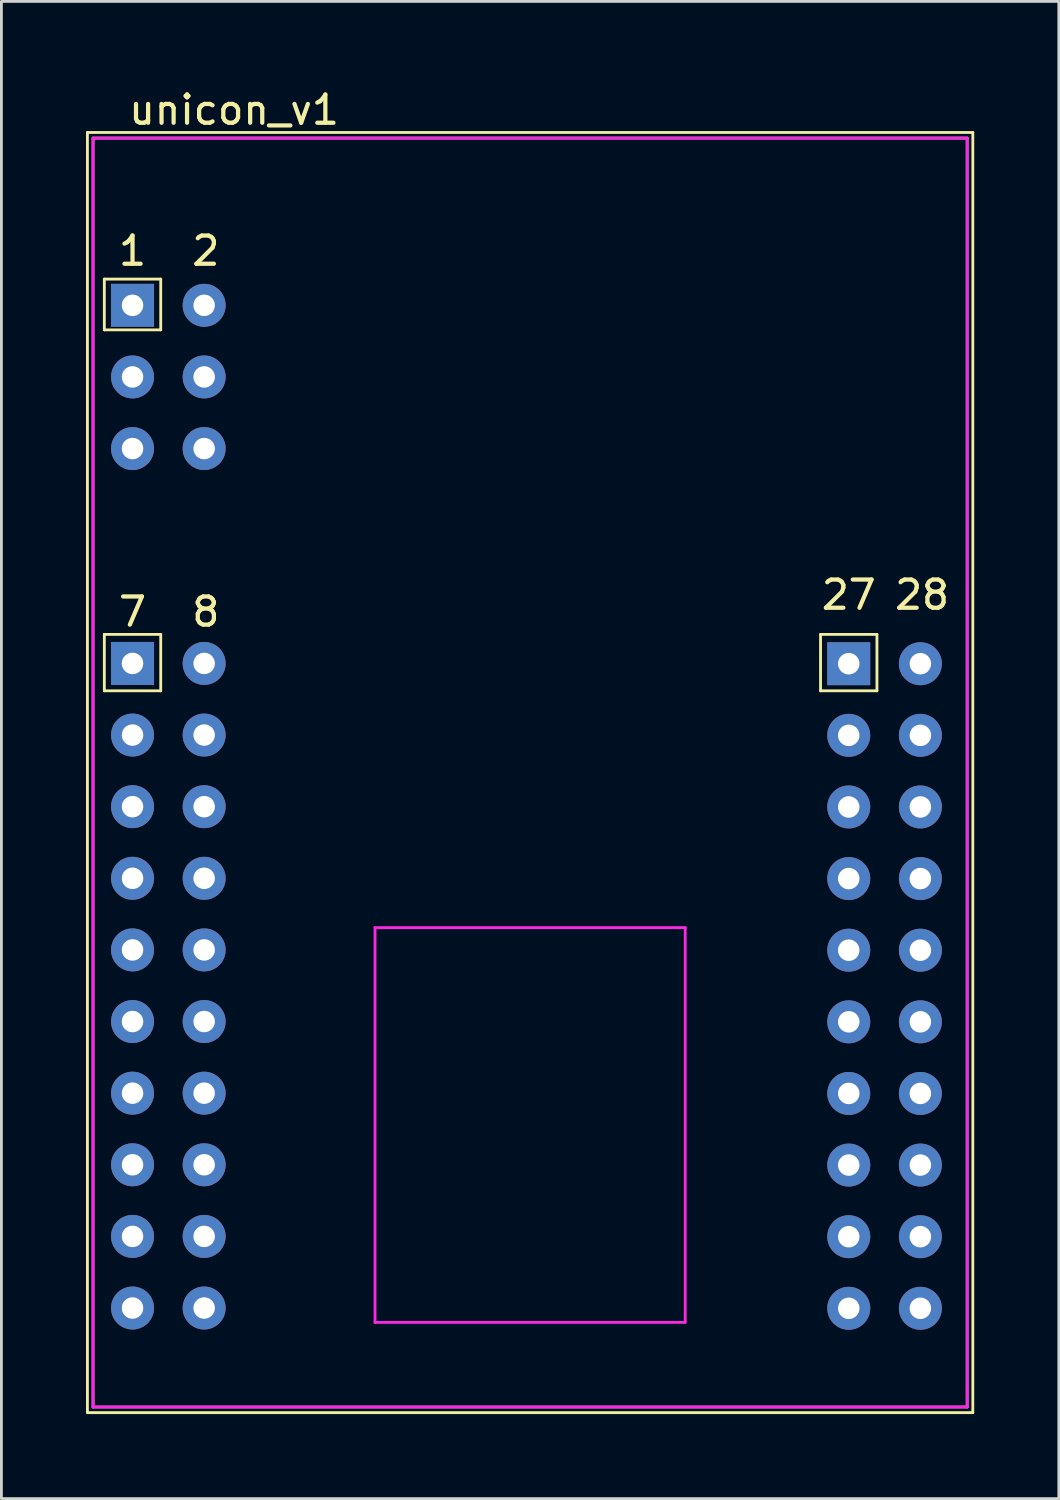
<source format=kicad_pcb>
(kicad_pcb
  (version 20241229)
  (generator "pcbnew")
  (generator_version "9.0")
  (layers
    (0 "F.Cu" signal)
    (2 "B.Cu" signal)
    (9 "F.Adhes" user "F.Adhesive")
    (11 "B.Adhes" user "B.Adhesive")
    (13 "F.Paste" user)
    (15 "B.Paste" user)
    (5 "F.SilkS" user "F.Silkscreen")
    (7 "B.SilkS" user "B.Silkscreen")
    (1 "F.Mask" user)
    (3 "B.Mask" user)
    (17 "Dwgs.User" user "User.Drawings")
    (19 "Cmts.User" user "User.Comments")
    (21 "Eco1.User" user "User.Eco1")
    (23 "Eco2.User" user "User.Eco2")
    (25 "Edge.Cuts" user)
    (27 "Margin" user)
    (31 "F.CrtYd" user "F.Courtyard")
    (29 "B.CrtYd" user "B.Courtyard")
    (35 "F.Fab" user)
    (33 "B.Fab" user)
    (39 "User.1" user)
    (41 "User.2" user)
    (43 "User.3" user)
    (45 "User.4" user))
  (footprint "unicon_v1"
    (layer "F.Cu")
    (at 0.25 46.848)
    (property "Reference" "unicon_v1" (at 5 -46 0) (layer "F.SilkS") (effects (font (size 1 1) (thickness 0.15))))
    (attr through_hole)
    (fp_line (start -0.2 -45.2) (end 31.2 -45.2) (stroke (width 0.1) (type solid)) (layer "F.SilkS"))
    (fp_line (start -0.2 0.2) (end -0.2 -45.2) (stroke (width 0.1) (type solid)) (layer "F.SilkS"))
    (fp_line (start 0.4 -40) (end 2.4 -40) (stroke (width 0.1) (type solid)) (layer "F.SilkS"))
    (fp_line (start 0.4 -38.2) (end 0.4 -40) (stroke (width 0.1) (type solid)) (layer "F.SilkS"))
    (fp_line (start 0.4 -27.4) (end 2.4 -27.4) (stroke (width 0.1) (type solid)) (layer "F.SilkS"))
    (fp_line (start 0.4 -25.4) (end 0.4 -27.4) (stroke (width 0.1) (type solid)) (layer "F.SilkS"))
    (fp_line (start 2.4 -40) (end 2.4 -38.2) (stroke (width 0.1) (type solid)) (layer "F.SilkS"))
    (fp_line (start 2.4 -38.2) (end 0.4 -38.2) (stroke (width 0.1) (type solid)) (layer "F.SilkS"))
    (fp_line (start 2.4 -27.4) (end 2.4 -25.4) (stroke (width 0.1) (type solid)) (layer "F.SilkS"))
    (fp_line (start 2.4 -25.4) (end 0.4 -25.4) (stroke (width 0.1) (type solid)) (layer "F.SilkS"))
    (fp_line (start 25.8 -27.4) (end 27.8 -27.4) (stroke (width 0.1) (type solid)) (layer "F.SilkS"))
    (fp_line (start 25.8 -25.4) (end 25.8 -27.4) (stroke (width 0.1) (type solid)) (layer "F.SilkS"))
    (fp_line (start 27.8 -27.4) (end 27.8 -25.4) (stroke (width 0.1) (type solid)) (layer "F.SilkS"))
    (fp_line (start 27.8 -25.4) (end 25.8 -25.4) (stroke (width 0.1) (type solid)) (layer "F.SilkS"))
    (fp_line (start 31.2 -45.2) (end 31.2 0.2) (stroke (width 0.1) (type solid)) (layer "F.SilkS"))
    (fp_line (start 31.2 0.2) (end -0.2 0.2) (stroke (width 0.1) (type solid)) (layer "F.SilkS"))
    (fp_line (start 0 -45) (end 0 0) (stroke (width 0.1) (type solid)) (layer "F.CrtYd"))
    (fp_line (start 0 0) (end 31 0) (stroke (width 0.1) (type solid)) (layer "F.CrtYd"))
    (fp_line (start 10 -17) (end 10 -3) (stroke (width 0.1) (type solid)) (layer "F.CrtYd"))
    (fp_line (start 10 -3) (end 21 -3) (stroke (width 0.1) (type solid)) (layer "F.CrtYd"))
    (fp_line (start 21 -17) (end 10 -17) (stroke (width 0.1) (type solid)) (layer "F.CrtYd"))
    (fp_line (start 21 -3) (end 21 -17) (stroke (width 0.1) (type solid)) (layer "F.CrtYd"))
    (fp_line (start 31 -45) (end 0 -45) (stroke (width 0.1) (type solid)) (layer "F.CrtYd"))
    (fp_line (start 31 0) (end 31 -45) (stroke (width 0.1) (type solid)) (layer "F.CrtYd"))
    (fp_line (start 0 -45) (end 31 -45) (stroke (width 0.1) (type solid)) (layer "F.Fab"))
    (fp_line (start 0 0) (end 0 -45) (stroke (width 0.1) (type solid)) (layer "F.Fab"))
    (fp_line (start 31 -45) (end 31 0) (stroke (width 0.1) (type solid)) (layer "F.Fab"))
    (fp_line (start 31 0) (end 0 0) (stroke (width 0.1) (type solid)) (layer "F.Fab"))
    (fp_text user "8" (at 4 -28.2 0) (layer "F.SilkS") (effects (font (size 1 1) (thickness 0.15))))
    (fp_text user "2" (at 4 -41 0) (layer "F.SilkS") (effects (font (size 1 1) (thickness 0.15))))
    (fp_text user "7" (at 1.4 -28.2 0) (layer "F.SilkS") (effects (font (size 1 1) (thickness 0.15))))
    (fp_text user "27" (at 26.8 -28.8 0) (layer "F.SilkS") (effects (font (size 1 1) (thickness 0.15))))
    (fp_text user "1" (at 1.4 -41 0) (layer "F.SilkS") (effects (font (size 1 1) (thickness 0.15))))
    (fp_text user "28" (at 29.4 -28.8 0) (layer "F.SilkS") (effects (font (size 1 1) (thickness 0.15))))
    (pad "1" thru_hole rect (at 1.4 -39.07) (size 1.524 1.524) (drill 0.762) (layers "*.Cu" "*.Mask"))
    (pad "2" thru_hole circle (at 3.94 -39.07) (size 1.524 1.524) (drill 0.762) (layers "*.Cu" "*.Mask"))
    (pad "3" thru_hole circle (at 1.4 -36.53) (size 1.524 1.524) (drill 0.762) (layers "*.Cu" "*.Mask"))
    (pad "4" thru_hole circle (at 3.94 -36.53) (size 1.524 1.524) (drill 0.762) (layers "*.Cu" "*.Mask"))
    (pad "5" thru_hole circle (at 1.4 -33.99) (size 1.524 1.524) (drill 0.762) (layers "*.Cu" "*.Mask"))
    (pad "6" thru_hole circle (at 3.94 -33.99) (size 1.524 1.524) (drill 0.762) (layers "*.Cu" "*.Mask"))
    (pad "7" thru_hole rect (at 1.4 -26.37) (size 1.524 1.524) (drill 0.762) (layers "*.Cu" "*.Mask"))
    (pad "8" thru_hole circle (at 3.94 -26.37) (size 1.524 1.524) (drill 0.762) (layers "*.Cu" "*.Mask"))
    (pad "9" thru_hole circle (at 1.4 -23.83) (size 1.524 1.524) (drill 0.762) (layers "*.Cu" "*.Mask"))
    (pad "10" thru_hole circle (at 3.94 -23.83) (size 1.524 1.524) (drill 0.762) (layers "*.Cu" "*.Mask"))
    (pad "11" thru_hole circle (at 1.4 -21.29) (size 1.524 1.524) (drill 0.762) (layers "*.Cu" "*.Mask"))
    (pad "12" thru_hole circle (at 3.94 -21.29) (size 1.524 1.524) (drill 0.762) (layers "*.Cu" "*.Mask"))
    (pad "13" thru_hole circle (at 1.4 -18.75) (size 1.524 1.524) (drill 0.762) (layers "*.Cu" "*.Mask"))
    (pad "14" thru_hole circle (at 3.94 -18.75) (size 1.524 1.524) (drill 0.762) (layers "*.Cu" "*.Mask"))
    (pad "15" thru_hole circle (at 1.4 -16.21) (size 1.524 1.524) (drill 0.762) (layers "*.Cu" "*.Mask"))
    (pad "16" thru_hole circle (at 3.94 -16.21) (size 1.524 1.524) (drill 0.762) (layers "*.Cu" "*.Mask"))
    (pad "17" thru_hole circle (at 1.4 -13.67) (size 1.524 1.524) (drill 0.762) (layers "*.Cu" "*.Mask"))
    (pad "18" thru_hole circle (at 3.94 -13.67) (size 1.524 1.524) (drill 0.762) (layers "*.Cu" "*.Mask"))
    (pad "19" thru_hole circle (at 1.4 -11.13) (size 1.524 1.524) (drill 0.762) (layers "*.Cu" "*.Mask"))
    (pad "20" thru_hole circle (at 3.94 -11.13) (size 1.524 1.524) (drill 0.762) (layers "*.Cu" "*.Mask"))
    (pad "21" thru_hole circle (at 1.4 -8.59) (size 1.524 1.524) (drill 0.762) (layers "*.Cu" "*.Mask"))
    (pad "22" thru_hole circle (at 3.94 -8.59) (size 1.524 1.524) (drill 0.762) (layers "*.Cu" "*.Mask"))
    (pad "23" thru_hole circle (at 1.4 -6.05) (size 1.524 1.524) (drill 0.762) (layers "*.Cu" "*.Mask"))
    (pad "24" thru_hole circle (at 3.94 -6.05) (size 1.524 1.524) (drill 0.762) (layers "*.Cu" "*.Mask"))
    (pad "25" thru_hole circle (at 1.4 -3.51) (size 1.524 1.524) (drill 0.762) (layers "*.Cu" "*.Mask"))
    (pad "26" thru_hole circle (at 3.94 -3.51) (size 1.524 1.524) (drill 0.762) (layers "*.Cu" "*.Mask"))
    (pad "27" thru_hole rect (at 26.8 -26.36) (size 1.524 1.524) (drill 0.762) (layers "*.Cu" "*.Mask"))
    (pad "28" thru_hole circle (at 29.34 -26.36) (size 1.524 1.524) (drill 0.762) (layers "*.Cu" "*.Mask"))
    (pad "29" thru_hole circle (at 26.8 -23.82) (size 1.524 1.524) (drill 0.762) (layers "*.Cu" "*.Mask"))
    (pad "30" thru_hole circle (at 29.34 -23.82) (size 1.524 1.524) (drill 0.762) (layers "*.Cu" "*.Mask"))
    (pad "31" thru_hole circle (at 26.8 -21.28) (size 1.524 1.524) (drill 0.762) (layers "*.Cu" "*.Mask"))
    (pad "32" thru_hole circle (at 29.34 -21.28) (size 1.524 1.524) (drill 0.762) (layers "*.Cu" "*.Mask"))
    (pad "33" thru_hole circle (at 26.8 -18.74) (size 1.524 1.524) (drill 0.762) (layers "*.Cu" "*.Mask"))
    (pad "34" thru_hole circle (at 29.34 -18.74) (size 1.524 1.524) (drill 0.762) (layers "*.Cu" "*.Mask"))
    (pad "35" thru_hole circle (at 26.8 -16.2) (size 1.524 1.524) (drill 0.762) (layers "*.Cu" "*.Mask"))
    (pad "36" thru_hole circle (at 29.34 -16.2) (size 1.524 1.524) (drill 0.762) (layers "*.Cu" "*.Mask"))
    (pad "37" thru_hole circle (at 26.8 -13.66) (size 1.524 1.524) (drill 0.762) (layers "*.Cu" "*.Mask"))
    (pad "38" thru_hole circle (at 29.34 -13.66) (size 1.524 1.524) (drill 0.762) (layers "*.Cu" "*.Mask"))
    (pad "39" thru_hole circle (at 26.8 -11.12) (size 1.524 1.524) (drill 0.762) (layers "*.Cu" "*.Mask"))
    (pad "40" thru_hole circle (at 29.34 -11.12) (size 1.524 1.524) (drill 0.762) (layers "*.Cu" "*.Mask"))
    (pad "41" thru_hole circle (at 26.8 -8.58) (size 1.524 1.524) (drill 0.762) (layers "*.Cu" "*.Mask"))
    (pad "42" thru_hole circle (at 29.34 -8.58) (size 1.524 1.524) (drill 0.762) (layers "*.Cu" "*.Mask"))
    (pad "43" thru_hole circle (at 26.8 -6.04) (size 1.524 1.524) (drill 0.762) (layers "*.Cu" "*.Mask"))
    (pad "44" thru_hole circle (at 29.34 -6.04) (size 1.524 1.524) (drill 0.762) (layers "*.Cu" "*.Mask"))
    (pad "45" thru_hole circle (at 26.8 -3.5) (size 1.524 1.524) (drill 0.762) (layers "*.Cu" "*.Mask"))
    (pad "46" thru_hole circle (at 29.34 -3.5) (size 1.524 1.524) (drill 0.762) (layers "*.Cu" "*.Mask")))
  (gr_rect
    (start -3 -3)
    (end 34.5 50.098)
    (stroke (width 0.1) (type default))
    (fill no)
    (layer "Edge.Cuts")))
</source>
